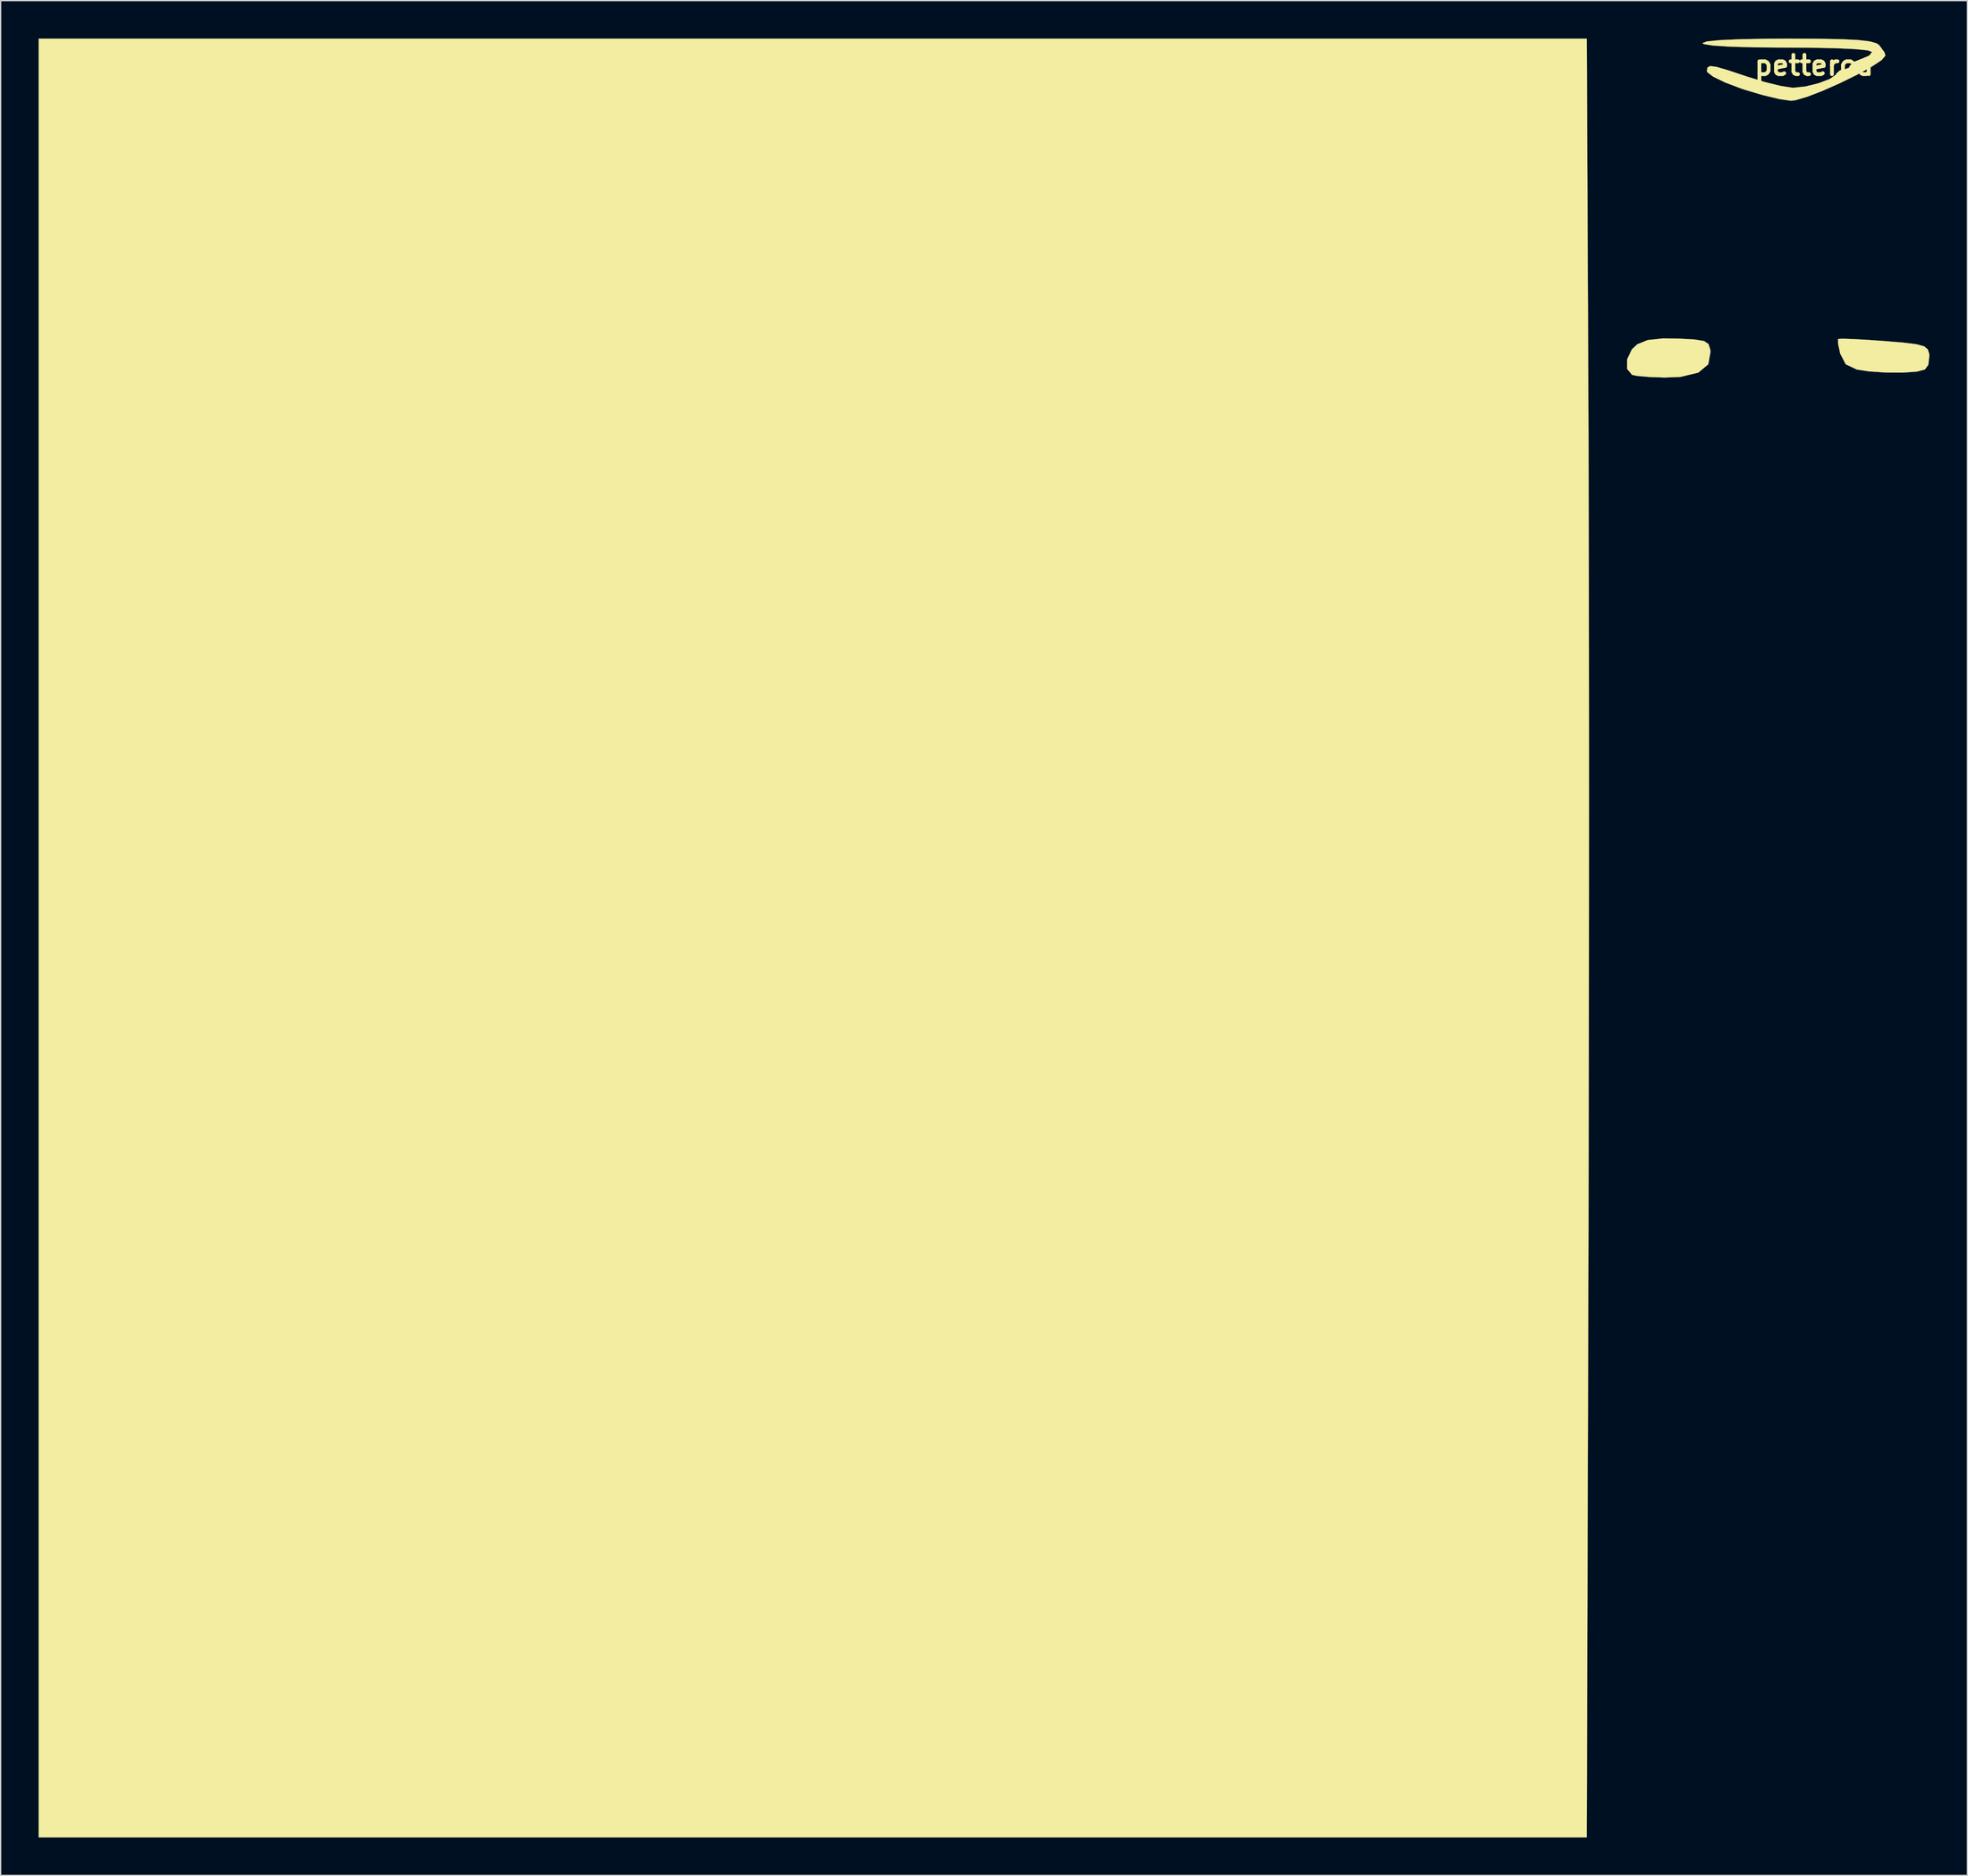
<source format=kicad_pcb>
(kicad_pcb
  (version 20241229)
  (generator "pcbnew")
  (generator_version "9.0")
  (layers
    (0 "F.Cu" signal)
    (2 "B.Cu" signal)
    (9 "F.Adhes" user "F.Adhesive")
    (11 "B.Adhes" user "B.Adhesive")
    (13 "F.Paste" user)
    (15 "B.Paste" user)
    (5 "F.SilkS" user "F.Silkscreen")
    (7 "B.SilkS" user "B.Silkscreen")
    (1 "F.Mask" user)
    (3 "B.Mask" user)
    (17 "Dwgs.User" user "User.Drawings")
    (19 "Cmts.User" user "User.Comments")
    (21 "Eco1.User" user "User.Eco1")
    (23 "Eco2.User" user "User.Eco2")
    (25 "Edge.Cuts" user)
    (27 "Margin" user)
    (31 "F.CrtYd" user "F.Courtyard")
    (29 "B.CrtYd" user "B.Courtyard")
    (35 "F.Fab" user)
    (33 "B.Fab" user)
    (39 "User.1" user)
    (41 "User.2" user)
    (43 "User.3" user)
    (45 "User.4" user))
  (footprint "dabinb"
    (layer "F.Cu")
    (at 75.147 21.172)
    (property "Reference" "dabinb" (at 0 0 0) (layer "F.SilkS") (effects (font (size 1.524 1.524) (thickness 0.3))))
    (attr through_hole)
    (fp_poly (pts (xy 47.324 6.791) (xy 47.34 11.01) (xy 47.353 15.846) (xy 47.363 21.21) (xy 47.37 27.012) (xy 47.374 33.164) (xy 47.375 39.577) (xy 47.373 46.163) (xy 47.369 52.831) (xy 47.361 59.494) (xy 47.351 66.062) (xy 47.337 72.447) (xy 47.323 77.876) (xy 47.198 121.003) (xy -75.142 121.003) (xy -75.142 -21.167) (xy 47.199 -21.167) (xy 47.324 6.791)) (stroke (width 0.01) (type solid)) (fill yes) (layer "F.SilkS")))
  (footprint "pettercu"
    (layer "F.Cu")
    (at 140.308 2.122)
    (property "Reference" "pettercu" (at 0 0 0) (layer "F.SilkS") (effects (font (size 1.524 1.524) (thickness 0.3))))
    (attr through_hole)
    (fp_poly (pts (xy -10.708 21.591) (xy -9.431 21.662) (xy -8.697 21.781) (xy -8.344 22.015) (xy -8.208 22.432) (xy -8.182 22.632) (xy -8.355 23.618) (xy -9.143 24.278) (xy -10.552 24.617) (xy -11.808 24.667) (xy -13.021 24.624) (xy -13.973 24.541) (xy -14.376 24.461) (xy -14.776 23.983) (xy -14.769 23.224) (xy -14.399 22.443) (xy -13.971 22.04) (xy -13.146 21.705) (xy -11.916 21.574) (xy -10.708 21.591)) (stroke (width 0.01) (type solid)) (fill yes) (layer "F.SilkS"))
    (fp_poly (pts (xy 3.195 21.632) (xy 4.509 21.709) (xy 5.501 21.78) (xy 7.097 21.912) (xy 8.121 22.04) (xy 8.708 22.205) (xy 8.991 22.448) (xy 9.103 22.809) (xy 9.115 22.891) (xy 9.032 23.657) (xy 8.762 24.032) (xy 8.122 24.198) (xy 7.015 24.278) (xy 5.677 24.273) (xy 4.343 24.182) (xy 3.377 24.035) (xy 2.502 23.619) (xy 2.065 22.772) (xy 1.902 22.009) (xy 1.896 21.623) (xy 1.897 21.622) (xy 2.272 21.601) (xy 3.195 21.632)) (stroke (width 0.01) (type solid)) (fill yes) (layer "F.SilkS"))
    (fp_poly (pts (xy 0.366 -2.106) (xy 2.207 -2.071) (xy 3.521 -2.005) (xy 4.396 -1.902) (xy 4.922 -1.755) (xy 5.14 -1.613) (xy 5.559 -1.048) (xy 5.644 -0.781) (xy 5.341 -0.422) (xy 4.535 0.111) (xy 3.386 0.743) (xy 2.05 1.399) (xy 0.686 2.003) (xy -0.548 2.48) (xy -1.494 2.754) (xy -1.829 2.791) (xy -2.725 2.662) (xy -4.027 2.352) (xy -5.479 1.921) (xy -5.733 1.837) (xy -7.022 1.35) (xy -7.976 0.888) (xy -8.443 0.527) (xy -8.467 0.457) (xy -8.424 0.168) (xy -8.214 0.048) (xy -7.713 0.113) (xy -6.798 0.379) (xy -5.344 0.864) (xy -5.292 0.882) (xy -3.888 1.313) (xy -2.606 1.627) (xy -1.701 1.763) (xy -1.639 1.764) (xy -0.669 1.661) (xy 0.371 1.403) (xy 1.247 1.067) (xy 1.73 0.729) (xy 1.764 0.635) (xy 2.051 0.384) (xy 2.293 0.353) (xy 2.763 0.183) (xy 2.822 0.038) (xy 3.121 -0.272) (xy 3.704 -0.498) (xy 4.365 -0.781) (xy 4.586 -1.065) (xy 4.243 -1.191) (xy 3.252 -1.291) (xy 1.67 -1.363) (xy -0.446 -1.403) (xy -2.117 -1.411) (xy -4.628 -1.429) (xy -6.592 -1.482) (xy -7.964 -1.568) (xy -8.701 -1.683) (xy -8.819 -1.764) (xy -8.474 -1.896) (xy -7.468 -1.999) (xy -5.843 -2.071) (xy -3.645 -2.11) (xy -2.091 -2.117) (xy 0.366 -2.106)) (stroke (width 0.01) (type solid)) (fill yes) (layer "F.SilkS")))
  (gr_rect
    (start -3 -3)
    (end 152.428 145.179)
    (stroke (width 0.1) (type default))
    (fill no)
    (layer "Edge.Cuts")))
</source>
